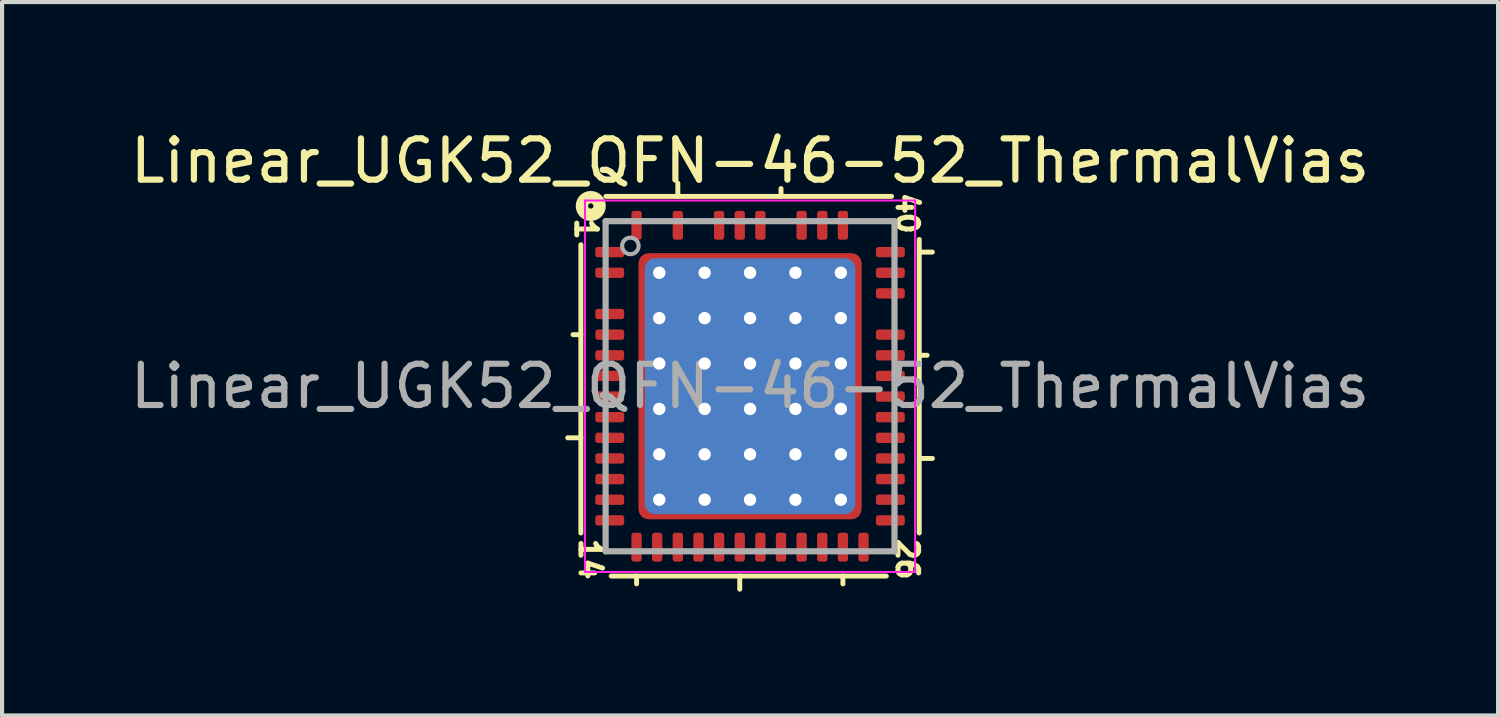
<source format=kicad_pcb>
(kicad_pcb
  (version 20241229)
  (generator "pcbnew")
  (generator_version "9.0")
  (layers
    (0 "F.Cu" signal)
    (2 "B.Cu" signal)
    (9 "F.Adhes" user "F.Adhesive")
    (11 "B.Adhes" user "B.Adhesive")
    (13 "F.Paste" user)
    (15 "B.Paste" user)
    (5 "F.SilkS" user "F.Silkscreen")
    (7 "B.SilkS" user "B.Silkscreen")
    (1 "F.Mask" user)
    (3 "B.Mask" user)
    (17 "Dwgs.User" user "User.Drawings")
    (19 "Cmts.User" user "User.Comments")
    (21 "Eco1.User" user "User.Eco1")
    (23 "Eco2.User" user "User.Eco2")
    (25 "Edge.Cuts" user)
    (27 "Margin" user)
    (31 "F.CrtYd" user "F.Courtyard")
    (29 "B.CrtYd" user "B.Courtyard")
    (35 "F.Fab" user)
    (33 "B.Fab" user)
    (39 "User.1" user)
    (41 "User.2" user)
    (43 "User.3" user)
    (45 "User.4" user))
  (footprint "Linear_UGK52_QFN-46-52_ThermalVias"
    (layer "F.Cu")
    (at 15.125 6.309)
    (property "Reference" "Linear_UGK52_QFN-46-52_ThermalVias" (at 0 -5.461 0) (layer "F.SilkS") (effects (font (size 1 1) (thickness 0.15))))
    (attr smd)
    (fp_line (start -4.1 -3.429) (end -4.1 3.556) (stroke (width 0.12) (type solid)) (layer "F.SilkS"))
    (fp_line (start -4.1 -1.25) (end -4.29 -1.25) (stroke (width 0.12) (type solid)) (layer "F.SilkS"))
    (fp_line (start -4.1 1.25) (end -4.418 1.25) (stroke (width 0.12) (type solid)) (layer "F.SilkS"))
    (fp_line (start -3.365 4.6) (end 3.302 4.6) (stroke (width 0.12) (type solid)) (layer "F.SilkS"))
    (fp_line (start -2.75 4.6) (end -2.75 4.79) (stroke (width 0.12) (type solid)) (layer "F.SilkS"))
    (fp_line (start -1.75 -4.6) (end -1.75 -4.918) (stroke (width 0.12) (type solid)) (layer "F.SilkS"))
    (fp_line (start -0.25 4.6) (end -0.25 4.918) (stroke (width 0.12) (type solid)) (layer "F.SilkS"))
    (fp_line (start 0.75 -4.6) (end 0.75 -4.79) (stroke (width 0.12) (type solid)) (layer "F.SilkS"))
    (fp_line (start 2.25 4.6) (end 2.25 4.79) (stroke (width 0.12) (type solid)) (layer "F.SilkS"))
    (fp_line (start 3.429 -4.6) (end -3.493 -4.6) (stroke (width 0.12) (type solid)) (layer "F.SilkS"))
    (fp_line (start 4.1 -3.25) (end 4.418 -3.25) (stroke (width 0.12) (type solid)) (layer "F.SilkS"))
    (fp_line (start 4.1 -0.75) (end 4.29 -0.75) (stroke (width 0.12) (type solid)) (layer "F.SilkS"))
    (fp_line (start 4.1 1.75) (end 4.418 1.75) (stroke (width 0.12) (type solid)) (layer "F.SilkS"))
    (fp_line (start 4.1 3.556) (end 4.1 -3.556) (stroke (width 0.12) (type solid)) (layer "F.SilkS"))
    (fp_circle (center -3.86 -4.368) (end -3.796 -4.368) (stroke (width 0.3) (type solid)) (fill no) (layer "F.SilkS"))
    (fp_line (start -4 -4.5) (end -4 4.5) (stroke (width 0.05) (type solid)) (layer "F.CrtYd"))
    (fp_line (start -4 -4.5) (end 4 -4.5) (stroke (width 0.05) (type solid)) (layer "F.CrtYd"))
    (fp_line (start -4 4.5) (end 4 4.5) (stroke (width 0.05) (type solid)) (layer "F.CrtYd"))
    (fp_line (start 4 -4.5) (end 4 4.5) (stroke (width 0.05) (type solid)) (layer "F.CrtYd"))
    (fp_line (start -3.5 -4) (end 3.5 -4) (stroke (width 0.15) (type solid)) (layer "F.Fab"))
    (fp_line (start -3.5 4) (end -3.5 -4) (stroke (width 0.15) (type solid)) (layer "F.Fab"))
    (fp_line (start 3.5 -4) (end 3.5 4) (stroke (width 0.15) (type solid)) (layer "F.Fab"))
    (fp_line (start 3.5 4) (end -3.5 4) (stroke (width 0.15) (type solid)) (layer "F.Fab"))
    (fp_circle (center -2.9 -3.4) (end -2.7 -3.4) (stroke (width 0.1) (type solid)) (fill no) (layer "F.Fab"))
    (fp_text user "14" (at -3.873 4.191 270) (unlocked yes) (layer "F.SilkS") (effects (font (size 0.5 0.5) (thickness 0.12))))
    (fp_text user "40" (at 3.81 -4.191 270) (unlocked yes) (layer "F.SilkS") (effects (font (size 0.5 0.5) (thickness 0.12))))
    (fp_text user "26" (at 3.81 4.191 270) (unlocked yes) (layer "F.SilkS") (effects (font (size 0.5 0.5) (thickness 0.12))))
    (fp_text user "1" (at -3.974 -3.81 270) (unlocked yes) (layer "F.SilkS") (effects (font (size 0.5 0.5) (thickness 0.12))))
    (fp_text user "${REFERENCE}" (at 0 0 0) (layer "F.Fab") (effects (font (size 1 1) (thickness 0.15))))
    (pad "" smd roundrect (at -1.75 -2.5 90) (size 1 1.5) (layers "F.Paste") (roundrect_rratio 0.25))
    (pad "" smd roundrect (at -1.75 -1.25 90) (size 1 1.5) (layers "F.Paste") (roundrect_rratio 0.25))
    (pad "" smd roundrect (at -1.75 0 90) (size 1 1.5) (layers "F.Paste") (roundrect_rratio 0.25))
    (pad "" smd roundrect (at -1.75 1.25 90) (size 1 1.5) (layers "F.Paste") (roundrect_rratio 0.25))
    (pad "" smd roundrect (at -1.75 2.5 90) (size 1 1.5) (layers "F.Paste") (roundrect_rratio 0.25))
    (pad "" smd roundrect (at 0 -2.5 90) (size 1 1.5) (layers "F.Paste") (roundrect_rratio 0.25))
    (pad "" smd roundrect (at 0 -1.25 90) (size 1 1.5) (layers "F.Paste") (roundrect_rratio 0.25))
    (pad "" smd roundrect (at 0 0 90) (size 1 1.5) (layers "F.Paste") (roundrect_rratio 0.25))
    (pad "" smd roundrect (at 0 1.25 90) (size 1 1.5) (layers "F.Paste") (roundrect_rratio 0.25))
    (pad "" smd roundrect (at 0 2.5 90) (size 1 1.5) (layers "F.Paste") (roundrect_rratio 0.25))
    (pad "" smd roundrect (at 1.75 -2.5 90) (size 1 1.5) (layers "F.Paste") (roundrect_rratio 0.25))
    (pad "" smd roundrect (at 1.75 -1.25 90) (size 1 1.5) (layers "F.Paste") (roundrect_rratio 0.25))
    (pad "" smd roundrect (at 1.75 0 90) (size 1 1.5) (layers "F.Paste") (roundrect_rratio 0.25))
    (pad "" smd roundrect (at 1.75 1.25 90) (size 1 1.5) (layers "F.Paste") (roundrect_rratio 0.25))
    (pad "" smd roundrect (at 1.75 2.5 90) (size 1 1.5) (layers "F.Paste") (roundrect_rratio 0.25))
    (pad "1" smd roundrect (at -3.4 -3.25) (size 0.7 0.25) (layers "F.Cu" "F.Mask" "F.Paste") (roundrect_rratio 0.25))
    (pad "2" smd roundrect (at -3.4 -2.75) (size 0.7 0.25) (layers "F.Cu" "F.Mask" "F.Paste") (roundrect_rratio 0.25))
    (pad "4" smd roundrect (at -3.4 -1.75) (size 0.7 0.25) (layers "F.Cu" "F.Mask" "F.Paste") (roundrect_rratio 0.25))
    (pad "5" smd roundrect (at -3.4 -1.25) (size 0.7 0.25) (layers "F.Cu" "F.Mask" "F.Paste") (roundrect_rratio 0.25))
    (pad "6" smd roundrect (at -3.4 -0.75) (size 0.7 0.25) (layers "F.Cu" "F.Mask" "F.Paste") (roundrect_rratio 0.25))
    (pad "7" smd roundrect (at -3.4 -0.25) (size 0.7 0.25) (layers "F.Cu" "F.Mask" "F.Paste") (roundrect_rratio 0.25))
    (pad "8" smd roundrect (at -3.4 0.25) (size 0.7 0.25) (layers "F.Cu" "F.Mask" "F.Paste") (roundrect_rratio 0.25))
    (pad "9" smd roundrect (at -3.4 0.75) (size 0.7 0.25) (layers "F.Cu" "F.Mask" "F.Paste") (roundrect_rratio 0.25))
    (pad "10" smd roundrect (at -3.4 1.25) (size 0.7 0.25) (layers "F.Cu" "F.Mask" "F.Paste") (roundrect_rratio 0.25))
    (pad "11" smd roundrect (at -3.4 1.75) (size 0.7 0.25) (layers "F.Cu" "F.Mask" "F.Paste") (roundrect_rratio 0.25))
    (pad "12" smd roundrect (at -3.4 2.25) (size 0.7 0.25) (layers "F.Cu" "F.Mask" "F.Paste") (roundrect_rratio 0.25))
    (pad "13" smd roundrect (at -3.4 2.75) (size 0.7 0.25) (layers "F.Cu" "F.Mask" "F.Paste") (roundrect_rratio 0.25))
    (pad "14" smd roundrect (at -3.4 3.25) (size 0.7 0.25) (layers "F.Cu" "F.Mask" "F.Paste") (roundrect_rratio 0.25))
    (pad "15" smd roundrect (at -2.75 3.9 90) (size 0.7 0.25) (layers "F.Cu" "F.Mask" "F.Paste") (roundrect_rratio 0.25))
    (pad "16" smd roundrect (at -2.25 3.9 90) (size 0.7 0.25) (layers "F.Cu" "F.Mask" "F.Paste") (roundrect_rratio 0.25))
    (pad "17" smd roundrect (at -1.75 3.9 90) (size 0.7 0.25) (layers "F.Cu" "F.Mask" "F.Paste") (roundrect_rratio 0.25))
    (pad "18" smd roundrect (at -1.25 3.9 90) (size 0.7 0.25) (layers "F.Cu" "F.Mask" "F.Paste") (roundrect_rratio 0.25))
    (pad "19" smd roundrect (at -0.75 3.9 90) (size 0.7 0.25) (layers "F.Cu" "F.Mask" "F.Paste") (roundrect_rratio 0.25))
    (pad "20" smd roundrect (at -0.25 3.9 90) (size 0.7 0.25) (layers "F.Cu" "F.Mask" "F.Paste") (roundrect_rratio 0.25))
    (pad "21" smd roundrect (at 0.25 3.9 90) (size 0.7 0.25) (layers "F.Cu" "F.Mask" "F.Paste") (roundrect_rratio 0.25))
    (pad "22" smd roundrect (at 0.75 3.9 90) (size 0.7 0.25) (layers "F.Cu" "F.Mask" "F.Paste") (roundrect_rratio 0.25))
    (pad "23" smd roundrect (at 1.25 3.9 90) (size 0.7 0.25) (layers "F.Cu" "F.Mask" "F.Paste") (roundrect_rratio 0.25))
    (pad "24" smd roundrect (at 1.75 3.9 90) (size 0.7 0.25) (layers "F.Cu" "F.Mask" "F.Paste") (roundrect_rratio 0.25))
    (pad "25" smd roundrect (at 2.25 3.9 90) (size 0.7 0.25) (layers "F.Cu" "F.Mask" "F.Paste") (roundrect_rratio 0.25))
    (pad "26" smd roundrect (at 2.75 3.9 90) (size 0.7 0.25) (layers "F.Cu" "F.Mask" "F.Paste") (roundrect_rratio 0.25))
    (pad "27" smd roundrect (at 3.4 3.25) (size 0.7 0.25) (layers "F.Cu" "F.Mask" "F.Paste") (roundrect_rratio 0.25))
    (pad "28" smd roundrect (at 3.4 2.75) (size 0.7 0.25) (layers "F.Cu" "F.Mask" "F.Paste") (roundrect_rratio 0.25))
    (pad "29" smd roundrect (at 3.4 2.25) (size 0.7 0.25) (layers "F.Cu" "F.Mask" "F.Paste") (roundrect_rratio 0.25))
    (pad "30" smd roundrect (at 3.4 1.75) (size 0.7 0.25) (layers "F.Cu" "F.Mask" "F.Paste") (roundrect_rratio 0.25))
    (pad "31" smd roundrect (at 3.4 1.25) (size 0.7 0.25) (layers "F.Cu" "F.Mask" "F.Paste") (roundrect_rratio 0.25))
    (pad "32" smd roundrect (at 3.4 0.75) (size 0.7 0.25) (layers "F.Cu" "F.Mask" "F.Paste") (roundrect_rratio 0.25))
    (pad "33" smd roundrect (at 3.4 0.25) (size 0.7 0.25) (layers "F.Cu" "F.Mask" "F.Paste") (roundrect_rratio 0.25))
    (pad "34" smd roundrect (at 3.4 -0.25) (size 0.7 0.25) (layers "F.Cu" "F.Mask" "F.Paste") (roundrect_rratio 0.25))
    (pad "35" smd roundrect (at 3.4 -0.75) (size 0.7 0.25) (layers "F.Cu" "F.Mask" "F.Paste") (roundrect_rratio 0.25))
    (pad "36" smd roundrect (at 3.4 -1.25) (size 0.7 0.25) (layers "F.Cu" "F.Mask" "F.Paste") (roundrect_rratio 0.25))
    (pad "38" smd roundrect (at 3.4 -2.25) (size 0.7 0.25) (layers "F.Cu" "F.Mask" "F.Paste") (roundrect_rratio 0.25))
    (pad "39" smd roundrect (at 3.4 -2.75) (size 0.7 0.25) (layers "F.Cu" "F.Mask" "F.Paste") (roundrect_rratio 0.25))
    (pad "40" smd roundrect (at 3.4 -3.25) (size 0.7 0.25) (layers "F.Cu" "F.Mask" "F.Paste") (roundrect_rratio 0.25))
    (pad "42" smd roundrect (at 2.25 -3.9 90) (size 0.7 0.25) (layers "F.Cu" "F.Mask" "F.Paste") (roundrect_rratio 0.25))
    (pad "43" smd roundrect (at 1.75 -3.9 90) (size 0.7 0.25) (layers "F.Cu" "F.Mask" "F.Paste") (roundrect_rratio 0.25))
    (pad "44" smd roundrect (at 1.25 -3.9 90) (size 0.7 0.25) (layers "F.Cu" "F.Mask" "F.Paste") (roundrect_rratio 0.25))
    (pad "46" smd roundrect (at 0.25 -3.9 90) (size 0.7 0.25) (layers "F.Cu" "F.Mask" "F.Paste") (roundrect_rratio 0.25))
    (pad "47" smd roundrect (at -0.25 -3.9 90) (size 0.7 0.25) (layers "F.Cu" "F.Mask" "F.Paste") (roundrect_rratio 0.25))
    (pad "48" smd roundrect (at -0.75 -3.9 90) (size 0.7 0.25) (layers "F.Cu" "F.Mask" "F.Paste") (roundrect_rratio 0.25))
    (pad "50" smd roundrect (at -1.75 -3.9 90) (size 0.7 0.25) (layers "F.Cu" "F.Mask" "F.Paste") (roundrect_rratio 0.25))
    (pad "52" smd roundrect (at -2.75 -3.9 90) (size 0.7 0.25) (layers "F.Cu" "F.Mask" "F.Paste") (roundrect_rratio 0.25))
    (pad "53" thru_hole circle (at -2.2 -2.75) (size 0.65 0.65) (drill 0.3) (property pad_prop_heatsink) (layers "*.Cu"))
    (pad "53" thru_hole circle (at -2.2 -1.65) (size 0.65 0.65) (drill 0.3) (property pad_prop_heatsink) (layers "*.Cu"))
    (pad "53" thru_hole circle (at -2.2 -0.55) (size 0.65 0.65) (drill 0.3) (property pad_prop_heatsink) (layers "*.Cu"))
    (pad "53" thru_hole circle (at -2.2 0.55) (size 0.65 0.65) (drill 0.3) (property pad_prop_heatsink) (layers "*.Cu"))
    (pad "53" thru_hole circle (at -2.2 1.65) (size 0.65 0.65) (drill 0.3) (property pad_prop_heatsink) (layers "*.Cu"))
    (pad "53" thru_hole circle (at -2.2 2.75) (size 0.65 0.65) (drill 0.3) (property pad_prop_heatsink) (layers "*.Cu"))
    (pad "53" thru_hole circle (at -1.1 -2.75) (size 0.65 0.65) (drill 0.3) (property pad_prop_heatsink) (layers "*.Cu"))
    (pad "53" thru_hole circle (at -1.1 -1.65) (size 0.65 0.65) (drill 0.3) (property pad_prop_heatsink) (layers "*.Cu"))
    (pad "53" thru_hole circle (at -1.1 -0.55) (size 0.65 0.65) (drill 0.3) (property pad_prop_heatsink) (layers "*.Cu"))
    (pad "53" thru_hole circle (at -1.1 0.55) (size 0.65 0.65) (drill 0.3) (property pad_prop_heatsink) (layers "*.Cu"))
    (pad "53" thru_hole circle (at -1.1 1.65) (size 0.65 0.65) (drill 0.3) (property pad_prop_heatsink) (layers "*.Cu"))
    (pad "53" thru_hole circle (at -1.1 2.75) (size 0.65 0.65) (drill 0.3) (property pad_prop_heatsink) (layers "*.Cu"))
    (pad "53" thru_hole circle (at 0 -2.75) (size 0.65 0.65) (drill 0.3) (property pad_prop_heatsink) (layers "*.Cu"))
    (pad "53" thru_hole circle (at 0 -1.65) (size 0.65 0.65) (drill 0.3) (property pad_prop_heatsink) (layers "*.Cu"))
    (pad "53" thru_hole circle (at 0 -0.55) (size 0.65 0.65) (drill 0.3) (property pad_prop_heatsink) (layers "*.Cu"))
    (pad "53" smd roundrect (at 0 0 90) (size 6.2 5.1) (layers "B.Cu" "B.Mask") (roundrect_rratio 0.049))
    (pad "53" smd roundrect (at 0 0 90) (size 6.45 5.41) (layers "F.Cu" "F.Mask") (roundrect_rratio 0.046))
    (pad "53" thru_hole circle (at 0 0.55) (size 0.65 0.65) (drill 0.3) (property pad_prop_heatsink) (layers "*.Cu"))
    (pad "53" thru_hole circle (at 0 1.65) (size 0.65 0.65) (drill 0.3) (property pad_prop_heatsink) (layers "*.Cu"))
    (pad "53" thru_hole circle (at 0 2.75) (size 0.65 0.65) (drill 0.3) (property pad_prop_heatsink) (layers "*.Cu"))
    (pad "53" thru_hole circle (at 1.1 -2.75) (size 0.65 0.65) (drill 0.3) (property pad_prop_heatsink) (layers "*.Cu"))
    (pad "53" thru_hole circle (at 1.1 -1.65) (size 0.65 0.65) (drill 0.3) (property pad_prop_heatsink) (layers "*.Cu"))
    (pad "53" thru_hole circle (at 1.1 -0.55) (size 0.65 0.65) (drill 0.3) (property pad_prop_heatsink) (layers "*.Cu"))
    (pad "53" thru_hole circle (at 1.1 0.55) (size 0.65 0.65) (drill 0.3) (property pad_prop_heatsink) (layers "*.Cu"))
    (pad "53" thru_hole circle (at 1.1 1.65) (size 0.65 0.65) (drill 0.3) (property pad_prop_heatsink) (layers "*.Cu"))
    (pad "53" thru_hole circle (at 1.1 2.75) (size 0.65 0.65) (drill 0.3) (property pad_prop_heatsink) (layers "*.Cu"))
    (pad "53" thru_hole circle (at 2.2 -2.75) (size 0.65 0.65) (drill 0.3) (property pad_prop_heatsink) (layers "*.Cu"))
    (pad "53" thru_hole circle (at 2.2 -1.65) (size 0.65 0.65) (drill 0.3) (property pad_prop_heatsink) (layers "*.Cu"))
    (pad "53" thru_hole circle (at 2.2 -0.55) (size 0.65 0.65) (drill 0.3) (property pad_prop_heatsink) (layers "*.Cu"))
    (pad "53" thru_hole circle (at 2.2 0.55) (size 0.65 0.65) (drill 0.3) (property pad_prop_heatsink) (layers "*.Cu"))
    (pad "53" thru_hole circle (at 2.2 1.65) (size 0.65 0.65) (drill 0.3) (property pad_prop_heatsink) (layers "*.Cu"))
    (pad "53" thru_hole circle (at 2.2 2.75) (size 0.65 0.65) (drill 0.3) (property pad_prop_heatsink) (layers "*.Cu")))
  (gr_rect
    (start -3 -3)
    (end 33.25 14.287)
    (stroke (width 0.1) (type default))
    (fill no)
    (layer "Edge.Cuts")))
</source>
